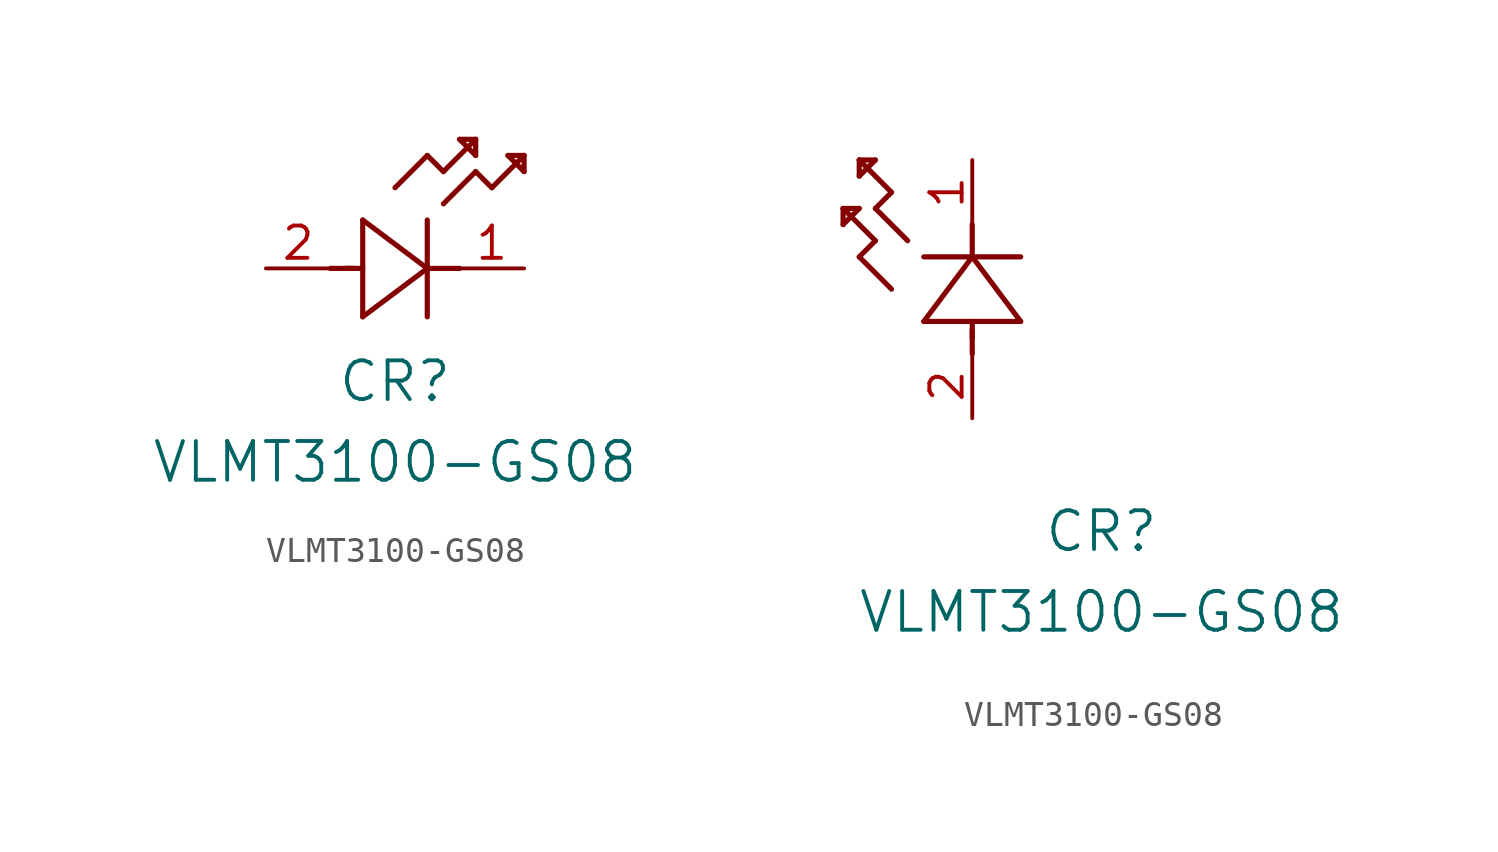
<source format=kicad_sym>
(kicad_symbol_lib
  (version 20211014)
  (generator kicad_symbol_editor)
  (symbol "VLMT3100-GS08"
    (pin_names
      (offset 0.254))
    (property "Reference" "CR"
      (at 5.08 -4.445 0)
      (effects (font (size 1.524 1.524))))
    (property "Value" "VLMT3100-GS08"
      (at 5.08 -7.62 0)
      (effects (font (size 1.524 1.524))))
    (symbol "VLMT3100-GS08_1_1"
      (polyline (pts (xy 2.54 0) (xy 3.48 0)) (stroke (width 0.203) (type default) (color 0 0 0 0)) (fill (type none)))
      (polyline (pts (xy 3.81 1.905) (xy 3.81 -1.905)) (stroke (width 0.203) (type default) (color 0 0 0 0)) (fill (type none)))
      (polyline (pts (xy 3.175 0) (xy 3.81 0)) (stroke (width 0.203) (type default) (color 0 0 0 0)) (fill (type none)))
      (polyline (pts (xy 6.35 -1.905) (xy 6.35 1.905)) (stroke (width 0.203) (type default) (color 0 0 0 0)) (fill (type none)))
      (polyline (pts (xy 6.35 0) (xy 7.62 0)) (stroke (width 0.203) (type default) (color 0 0 0 0)) (fill (type none)))
      (polyline (pts (xy 6.35 4.445) (xy 6.985 3.81)) (stroke (width 0.203) (type default) (color 0 0 0 0)) (fill (type none)))
      (polyline (pts (xy 6.985 3.81) (xy 8.255 5.08)) (stroke (width 0.203) (type default) (color 0 0 0 0)) (fill (type none)))
      (polyline (pts (xy 8.255 3.81) (xy 8.89 3.175)) (stroke (width 0.203) (type default) (color 0 0 0 0)) (fill (type none)))
      (polyline (pts (xy 8.89 3.175) (xy 10.16 4.445)) (stroke (width 0.203) (type default) (color 0 0 0 0)) (fill (type none)))
      (polyline (pts (xy 8.255 5.08) (xy 7.62 5.08)) (stroke (width 0.203) (type default) (color 0 0 0 0)) (fill (type none)))
      (polyline (pts (xy 7.62 5.08) (xy 8.255 4.445)) (stroke (width 0.203) (type default) (color 0 0 0 0)) (fill (type none)))
      (polyline (pts (xy 8.255 4.445) (xy 8.255 5.08)) (stroke (width 0.203) (type default) (color 0 0 0 0)) (fill (type none)))
      (polyline (pts (xy 10.16 4.445) (xy 9.525 4.445)) (stroke (width 0.203) (type default) (color 0 0 0 0)) (fill (type none)))
      (polyline (pts (xy 9.525 4.445) (xy 10.16 3.81)) (stroke (width 0.203) (type default) (color 0 0 0 0)) (fill (type none)))
      (polyline (pts (xy 10.16 3.81) (xy 10.16 4.445)) (stroke (width 0.203) (type default) (color 0 0 0 0)) (fill (type none)))
      (polyline (pts (xy 6.985 2.54) (xy 8.255 3.81)) (stroke (width 0.203) (type default) (color 0 0 0 0)) (fill (type none)))
      (polyline (pts (xy 6.35 0) (xy 3.81 1.905)) (stroke (width 0.203) (type default) (color 0 0 0 0)) (fill (type none)))
      (polyline (pts (xy 3.81 -1.905) (xy 6.35 0)) (stroke (width 0.203) (type default) (color 0 0 0 0)) (fill (type none)))
      (polyline (pts (xy 5.08 3.175) (xy 6.35 4.445)) (stroke (width 0.203) (type default) (color 0 0 0 0)) (fill (type none)))
      (pin unspecified line (at 10.16 0 180) (length 2.54) (name "" (effects (font (size 1.27 1.27)))) (number "1" (effects (font (size 1.27 1.27)))))
      (pin unspecified line (at 0 0 0) (length 2.54) (name "" (effects (font (size 1.27 1.27)))) (number "2" (effects (font (size 1.27 1.27))))))
    (symbol "VLMT3100-GS08_1_2"
      (polyline (pts (xy 0 2.54) (xy 0 3.48)) (stroke (width 0.203) (type default) (color 0 0 0 0)) (fill (type none)))
      (polyline (pts (xy -1.905 3.81) (xy 1.905 3.81)) (stroke (width 0.203) (type default) (color 0 0 0 0)) (fill (type none)))
      (polyline (pts (xy 0 3.175) (xy 0 3.81)) (stroke (width 0.203) (type default) (color 0 0 0 0)) (fill (type none)))
      (polyline (pts (xy 1.905 6.35) (xy -1.905 6.35)) (stroke (width 0.203) (type default) (color 0 0 0 0)) (fill (type none)))
      (polyline (pts (xy 0 6.35) (xy 0 7.62)) (stroke (width 0.203) (type default) (color 0 0 0 0)) (fill (type none)))
      (polyline (pts (xy 0 6.35) (xy -1.905 3.81)) (stroke (width 0.203) (type default) (color 0 0 0 0)) (fill (type none)))
      (polyline (pts (xy 1.905 3.81) (xy 0 6.35)) (stroke (width 0.203) (type default) (color 0 0 0 0)) (fill (type none)))
      (polyline (pts (xy -4.445 6.35) (xy -3.81 6.985)) (stroke (width 0.203) (type default) (color 0 0 0 0)) (fill (type none)))
      (polyline (pts (xy -2.54 6.985) (xy -3.81 8.255)) (stroke (width 0.203) (type default) (color 0 0 0 0)) (fill (type none)))
      (polyline (pts (xy -3.175 5.08) (xy -4.445 6.35)) (stroke (width 0.203) (type default) (color 0 0 0 0)) (fill (type none)))
      (polyline (pts (xy -4.445 10.16) (xy -4.445 9.525)) (stroke (width 0.203) (type default) (color 0 0 0 0)) (fill (type none)))
      (polyline (pts (xy -4.445 9.525) (xy -3.81 10.16)) (stroke (width 0.203) (type default) (color 0 0 0 0)) (fill (type none)))
      (polyline (pts (xy -3.81 10.16) (xy -4.445 10.16)) (stroke (width 0.203) (type default) (color 0 0 0 0)) (fill (type none)))
      (polyline (pts (xy -3.81 8.255) (xy -3.175 8.89)) (stroke (width 0.203) (type default) (color 0 0 0 0)) (fill (type none)))
      (polyline (pts (xy -3.175 8.89) (xy -4.445 10.16)) (stroke (width 0.203) (type default) (color 0 0 0 0)) (fill (type none)))
      (polyline (pts (xy -3.81 6.985) (xy -5.08 8.255)) (stroke (width 0.203) (type default) (color 0 0 0 0)) (fill (type none)))
      (polyline (pts (xy -5.08 8.255) (xy -5.08 7.62)) (stroke (width 0.203) (type default) (color 0 0 0 0)) (fill (type none)))
      (polyline (pts (xy -5.08 7.62) (xy -4.445 8.255)) (stroke (width 0.203) (type default) (color 0 0 0 0)) (fill (type none)))
      (polyline (pts (xy -4.445 8.255) (xy -5.08 8.255)) (stroke (width 0.203) (type default) (color 0 0 0 0)) (fill (type none)))
      (pin unspecified line (at 0 10.16 270) (length 2.54) (name "" (effects (font (size 1.27 1.27)))) (number "1" (effects (font (size 1.27 1.27)))))
      (pin unspecified line (at 0 0 90) (length 2.54) (name "" (effects (font (size 1.27 1.27)))) (number "2" (effects (font (size 1.27 1.27))))))))
</source>
